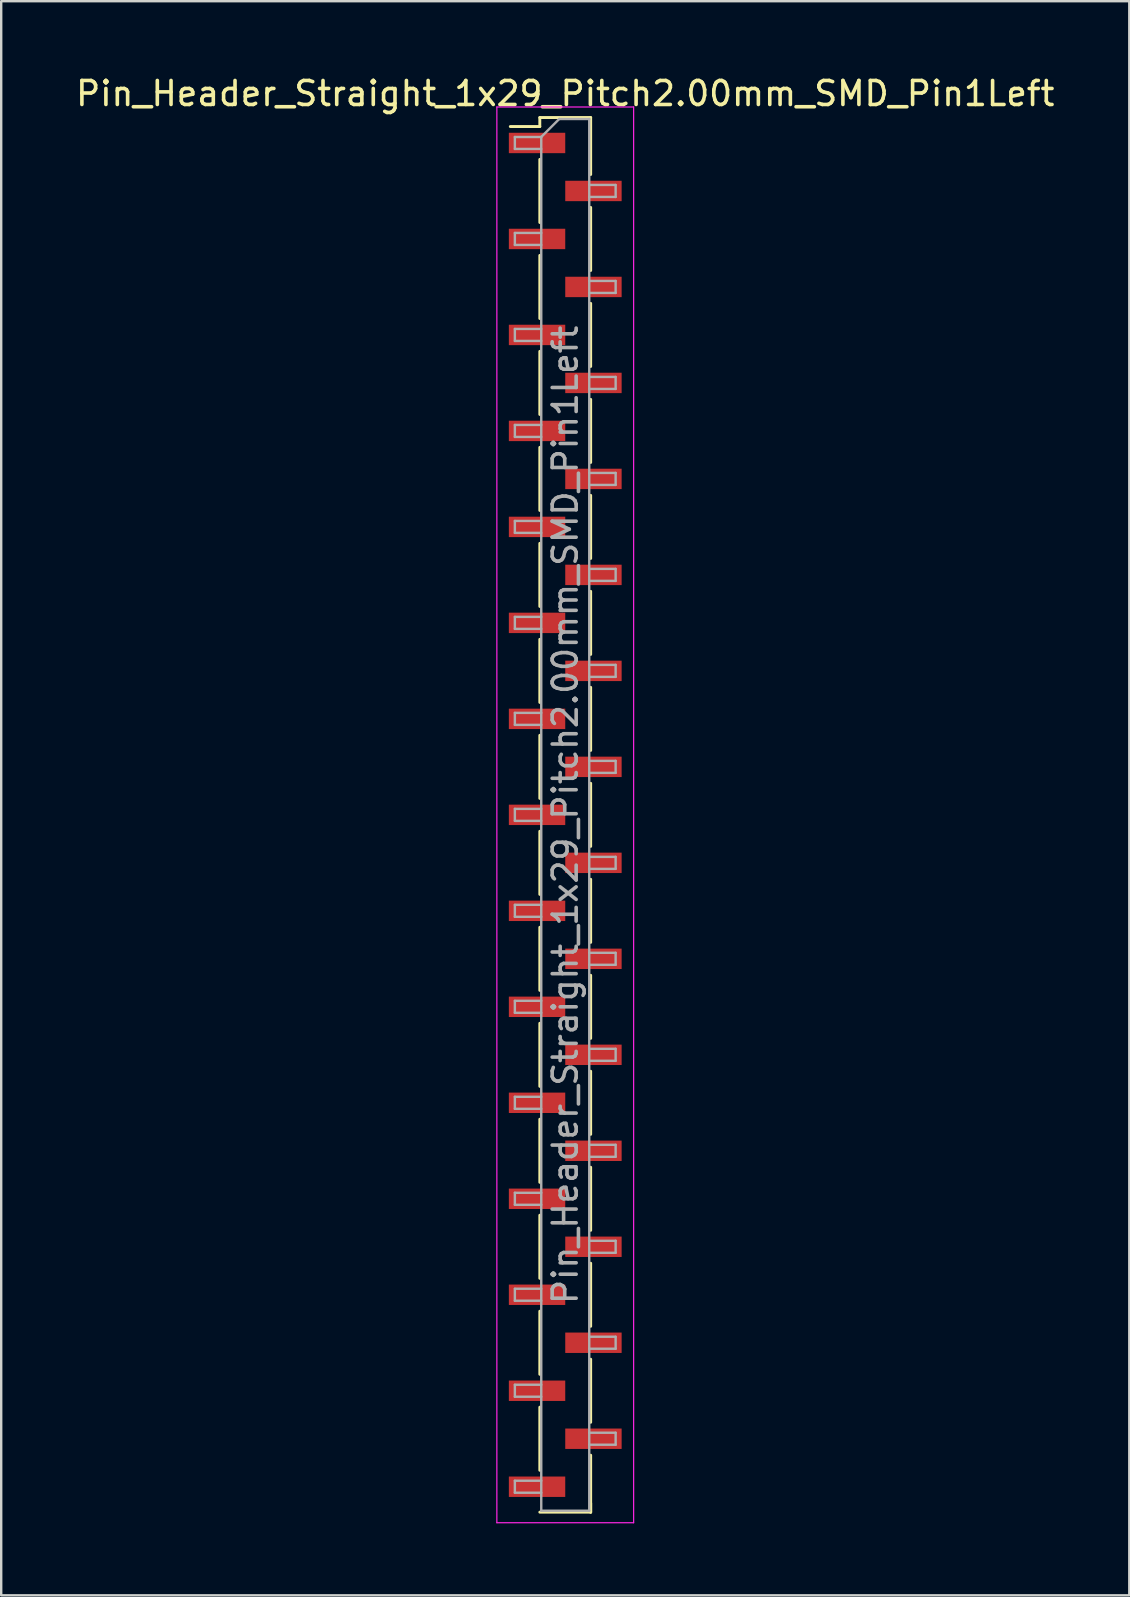
<source format=kicad_pcb>
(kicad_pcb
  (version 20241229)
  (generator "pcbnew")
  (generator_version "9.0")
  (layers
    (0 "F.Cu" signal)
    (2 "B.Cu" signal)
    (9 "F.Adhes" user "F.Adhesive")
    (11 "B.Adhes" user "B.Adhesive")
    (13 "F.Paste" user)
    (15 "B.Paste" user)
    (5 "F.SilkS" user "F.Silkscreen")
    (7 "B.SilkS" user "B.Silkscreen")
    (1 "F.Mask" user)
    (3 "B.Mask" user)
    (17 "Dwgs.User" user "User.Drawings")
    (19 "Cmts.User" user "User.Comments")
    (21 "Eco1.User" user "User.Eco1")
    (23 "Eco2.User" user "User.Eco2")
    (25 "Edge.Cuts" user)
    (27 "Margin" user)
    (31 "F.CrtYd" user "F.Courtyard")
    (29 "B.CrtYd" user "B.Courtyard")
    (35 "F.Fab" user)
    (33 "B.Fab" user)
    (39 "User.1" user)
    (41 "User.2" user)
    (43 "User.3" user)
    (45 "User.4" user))
  (footprint "Pin_Header_Straight_1x29_Pitch2.00mm_SMD_Pin1Left"
    (layer "F.Cu")
    (at 20.506 30.908)
    (property "Reference" "Pin_Header_Straight_1x29_Pitch2.00mm_SMD_Pin1Left" (at 0 -30.06 0) (layer "F.SilkS") (effects (font (size 1 1) (thickness 0.15))))
    (attr smd)
    (fp_line (start -1.06 -29.06) (end -1.06 -28.685) (stroke (width 0.12) (type solid)) (layer "F.SilkS"))
    (fp_line (start -1.06 -29.06) (end 1.06 -29.06) (stroke (width 0.12) (type solid)) (layer "F.SilkS"))
    (fp_line (start -1.06 -28.685) (end -2.29 -28.685) (stroke (width 0.12) (type solid)) (layer "F.SilkS"))
    (fp_line (start -1.06 -27.315) (end -1.06 -24.685) (stroke (width 0.12) (type solid)) (layer "F.SilkS"))
    (fp_line (start -1.06 -23.315) (end -1.06 -20.685) (stroke (width 0.12) (type solid)) (layer "F.SilkS"))
    (fp_line (start -1.06 -19.315) (end -1.06 -16.685) (stroke (width 0.12) (type solid)) (layer "F.SilkS"))
    (fp_line (start -1.06 -15.315) (end -1.06 -12.685) (stroke (width 0.12) (type solid)) (layer "F.SilkS"))
    (fp_line (start -1.06 -11.315) (end -1.06 -8.685) (stroke (width 0.12) (type solid)) (layer "F.SilkS"))
    (fp_line (start -1.06 -7.315) (end -1.06 -4.685) (stroke (width 0.12) (type solid)) (layer "F.SilkS"))
    (fp_line (start -1.06 -3.315) (end -1.06 -0.685) (stroke (width 0.12) (type solid)) (layer "F.SilkS"))
    (fp_line (start -1.06 0.685) (end -1.06 3.315) (stroke (width 0.12) (type solid)) (layer "F.SilkS"))
    (fp_line (start -1.06 4.685) (end -1.06 7.315) (stroke (width 0.12) (type solid)) (layer "F.SilkS"))
    (fp_line (start -1.06 8.685) (end -1.06 11.315) (stroke (width 0.12) (type solid)) (layer "F.SilkS"))
    (fp_line (start -1.06 12.685) (end -1.06 15.315) (stroke (width 0.12) (type solid)) (layer "F.SilkS"))
    (fp_line (start -1.06 16.685) (end -1.06 19.315) (stroke (width 0.12) (type solid)) (layer "F.SilkS"))
    (fp_line (start -1.06 20.685) (end -1.06 23.315) (stroke (width 0.12) (type solid)) (layer "F.SilkS"))
    (fp_line (start -1.06 24.685) (end -1.06 27.315) (stroke (width 0.12) (type solid)) (layer "F.SilkS"))
    (fp_line (start -1.06 29.06) (end 1.06 29.06) (stroke (width 0.12) (type solid)) (layer "F.SilkS"))
    (fp_line (start 1.06 -29.06) (end 1.06 -26.685) (stroke (width 0.12) (type solid)) (layer "F.SilkS"))
    (fp_line (start 1.06 -25.315) (end 1.06 -22.685) (stroke (width 0.12) (type solid)) (layer "F.SilkS"))
    (fp_line (start 1.06 -21.315) (end 1.06 -18.685) (stroke (width 0.12) (type solid)) (layer "F.SilkS"))
    (fp_line (start 1.06 -17.315) (end 1.06 -14.685) (stroke (width 0.12) (type solid)) (layer "F.SilkS"))
    (fp_line (start 1.06 -13.315) (end 1.06 -10.685) (stroke (width 0.12) (type solid)) (layer "F.SilkS"))
    (fp_line (start 1.06 -9.315) (end 1.06 -6.685) (stroke (width 0.12) (type solid)) (layer "F.SilkS"))
    (fp_line (start 1.06 -5.315) (end 1.06 -2.685) (stroke (width 0.12) (type solid)) (layer "F.SilkS"))
    (fp_line (start 1.06 -1.315) (end 1.06 1.315) (stroke (width 0.12) (type solid)) (layer "F.SilkS"))
    (fp_line (start 1.06 2.685) (end 1.06 5.315) (stroke (width 0.12) (type solid)) (layer "F.SilkS"))
    (fp_line (start 1.06 6.685) (end 1.06 9.315) (stroke (width 0.12) (type solid)) (layer "F.SilkS"))
    (fp_line (start 1.06 10.685) (end 1.06 13.315) (stroke (width 0.12) (type solid)) (layer "F.SilkS"))
    (fp_line (start 1.06 14.685) (end 1.06 17.315) (stroke (width 0.12) (type solid)) (layer "F.SilkS"))
    (fp_line (start 1.06 18.685) (end 1.06 21.315) (stroke (width 0.12) (type solid)) (layer "F.SilkS"))
    (fp_line (start 1.06 22.685) (end 1.06 25.315) (stroke (width 0.12) (type solid)) (layer "F.SilkS"))
    (fp_line (start 1.06 26.685) (end 1.06 29.06) (stroke (width 0.12) (type solid)) (layer "F.SilkS"))
    (fp_line (start 1.06 28.685) (end 1.06 29.06) (stroke (width 0.12) (type solid)) (layer "F.SilkS"))
    (fp_line (start -2.85 -29.5) (end -2.85 29.5) (stroke (width 0.05) (type solid)) (layer "F.CrtYd"))
    (fp_line (start -2.85 29.5) (end 2.85 29.5) (stroke (width 0.05) (type solid)) (layer "F.CrtYd"))
    (fp_line (start 2.85 -29.5) (end -2.85 -29.5) (stroke (width 0.05) (type solid)) (layer "F.CrtYd"))
    (fp_line (start 2.85 29.5) (end 2.85 -29.5) (stroke (width 0.05) (type solid)) (layer "F.CrtYd"))
    (fp_line (start -2.1 -28.25) (end -2.1 -27.75) (stroke (width 0.1) (type solid)) (layer "F.Fab"))
    (fp_line (start -2.1 -27.75) (end -1 -27.75) (stroke (width 0.1) (type solid)) (layer "F.Fab"))
    (fp_line (start -2.1 -24.25) (end -2.1 -23.75) (stroke (width 0.1) (type solid)) (layer "F.Fab"))
    (fp_line (start -2.1 -23.75) (end -1 -23.75) (stroke (width 0.1) (type solid)) (layer "F.Fab"))
    (fp_line (start -2.1 -20.25) (end -2.1 -19.75) (stroke (width 0.1) (type solid)) (layer "F.Fab"))
    (fp_line (start -2.1 -19.75) (end -1 -19.75) (stroke (width 0.1) (type solid)) (layer "F.Fab"))
    (fp_line (start -2.1 -16.25) (end -2.1 -15.75) (stroke (width 0.1) (type solid)) (layer "F.Fab"))
    (fp_line (start -2.1 -15.75) (end -1 -15.75) (stroke (width 0.1) (type solid)) (layer "F.Fab"))
    (fp_line (start -2.1 -12.25) (end -2.1 -11.75) (stroke (width 0.1) (type solid)) (layer "F.Fab"))
    (fp_line (start -2.1 -11.75) (end -1 -11.75) (stroke (width 0.1) (type solid)) (layer "F.Fab"))
    (fp_line (start -2.1 -8.25) (end -2.1 -7.75) (stroke (width 0.1) (type solid)) (layer "F.Fab"))
    (fp_line (start -2.1 -7.75) (end -1 -7.75) (stroke (width 0.1) (type solid)) (layer "F.Fab"))
    (fp_line (start -2.1 -4.25) (end -2.1 -3.75) (stroke (width 0.1) (type solid)) (layer "F.Fab"))
    (fp_line (start -2.1 -3.75) (end -1 -3.75) (stroke (width 0.1) (type solid)) (layer "F.Fab"))
    (fp_line (start -2.1 -0.25) (end -2.1 0.25) (stroke (width 0.1) (type solid)) (layer "F.Fab"))
    (fp_line (start -2.1 0.25) (end -1 0.25) (stroke (width 0.1) (type solid)) (layer "F.Fab"))
    (fp_line (start -2.1 3.75) (end -2.1 4.25) (stroke (width 0.1) (type solid)) (layer "F.Fab"))
    (fp_line (start -2.1 4.25) (end -1 4.25) (stroke (width 0.1) (type solid)) (layer "F.Fab"))
    (fp_line (start -2.1 7.75) (end -2.1 8.25) (stroke (width 0.1) (type solid)) (layer "F.Fab"))
    (fp_line (start -2.1 8.25) (end -1 8.25) (stroke (width 0.1) (type solid)) (layer "F.Fab"))
    (fp_line (start -2.1 11.75) (end -2.1 12.25) (stroke (width 0.1) (type solid)) (layer "F.Fab"))
    (fp_line (start -2.1 12.25) (end -1 12.25) (stroke (width 0.1) (type solid)) (layer "F.Fab"))
    (fp_line (start -2.1 15.75) (end -2.1 16.25) (stroke (width 0.1) (type solid)) (layer "F.Fab"))
    (fp_line (start -2.1 16.25) (end -1 16.25) (stroke (width 0.1) (type solid)) (layer "F.Fab"))
    (fp_line (start -2.1 19.75) (end -2.1 20.25) (stroke (width 0.1) (type solid)) (layer "F.Fab"))
    (fp_line (start -2.1 20.25) (end -1 20.25) (stroke (width 0.1) (type solid)) (layer "F.Fab"))
    (fp_line (start -2.1 23.75) (end -2.1 24.25) (stroke (width 0.1) (type solid)) (layer "F.Fab"))
    (fp_line (start -2.1 24.25) (end -1 24.25) (stroke (width 0.1) (type solid)) (layer "F.Fab"))
    (fp_line (start -2.1 27.75) (end -2.1 28.25) (stroke (width 0.1) (type solid)) (layer "F.Fab"))
    (fp_line (start -2.1 28.25) (end -1 28.25) (stroke (width 0.1) (type solid)) (layer "F.Fab"))
    (fp_line (start -1 -28.25) (end -2.1 -28.25) (stroke (width 0.1) (type solid)) (layer "F.Fab"))
    (fp_line (start -1 -28.25) (end -0.25 -29) (stroke (width 0.1) (type solid)) (layer "F.Fab"))
    (fp_line (start -1 -24.25) (end -2.1 -24.25) (stroke (width 0.1) (type solid)) (layer "F.Fab"))
    (fp_line (start -1 -20.25) (end -2.1 -20.25) (stroke (width 0.1) (type solid)) (layer "F.Fab"))
    (fp_line (start -1 -16.25) (end -2.1 -16.25) (stroke (width 0.1) (type solid)) (layer "F.Fab"))
    (fp_line (start -1 -12.25) (end -2.1 -12.25) (stroke (width 0.1) (type solid)) (layer "F.Fab"))
    (fp_line (start -1 -8.25) (end -2.1 -8.25) (stroke (width 0.1) (type solid)) (layer "F.Fab"))
    (fp_line (start -1 -4.25) (end -2.1 -4.25) (stroke (width 0.1) (type solid)) (layer "F.Fab"))
    (fp_line (start -1 -0.25) (end -2.1 -0.25) (stroke (width 0.1) (type solid)) (layer "F.Fab"))
    (fp_line (start -1 3.75) (end -2.1 3.75) (stroke (width 0.1) (type solid)) (layer "F.Fab"))
    (fp_line (start -1 7.75) (end -2.1 7.75) (stroke (width 0.1) (type solid)) (layer "F.Fab"))
    (fp_line (start -1 11.75) (end -2.1 11.75) (stroke (width 0.1) (type solid)) (layer "F.Fab"))
    (fp_line (start -1 15.75) (end -2.1 15.75) (stroke (width 0.1) (type solid)) (layer "F.Fab"))
    (fp_line (start -1 19.75) (end -2.1 19.75) (stroke (width 0.1) (type solid)) (layer "F.Fab"))
    (fp_line (start -1 23.75) (end -2.1 23.75) (stroke (width 0.1) (type solid)) (layer "F.Fab"))
    (fp_line (start -1 27.75) (end -2.1 27.75) (stroke (width 0.1) (type solid)) (layer "F.Fab"))
    (fp_line (start -1 29) (end -1 -28.25) (stroke (width 0.1) (type solid)) (layer "F.Fab"))
    (fp_line (start -0.25 -29) (end 1 -29) (stroke (width 0.1) (type solid)) (layer "F.Fab"))
    (fp_line (start 1 -29) (end 1 29) (stroke (width 0.1) (type solid)) (layer "F.Fab"))
    (fp_line (start 1 -26.25) (end 2.1 -26.25) (stroke (width 0.1) (type solid)) (layer "F.Fab"))
    (fp_line (start 1 -22.25) (end 2.1 -22.25) (stroke (width 0.1) (type solid)) (layer "F.Fab"))
    (fp_line (start 1 -18.25) (end 2.1 -18.25) (stroke (width 0.1) (type solid)) (layer "F.Fab"))
    (fp_line (start 1 -14.25) (end 2.1 -14.25) (stroke (width 0.1) (type solid)) (layer "F.Fab"))
    (fp_line (start 1 -10.25) (end 2.1 -10.25) (stroke (width 0.1) (type solid)) (layer "F.Fab"))
    (fp_line (start 1 -6.25) (end 2.1 -6.25) (stroke (width 0.1) (type solid)) (layer "F.Fab"))
    (fp_line (start 1 -2.25) (end 2.1 -2.25) (stroke (width 0.1) (type solid)) (layer "F.Fab"))
    (fp_line (start 1 1.75) (end 2.1 1.75) (stroke (width 0.1) (type solid)) (layer "F.Fab"))
    (fp_line (start 1 5.75) (end 2.1 5.75) (stroke (width 0.1) (type solid)) (layer "F.Fab"))
    (fp_line (start 1 9.75) (end 2.1 9.75) (stroke (width 0.1) (type solid)) (layer "F.Fab"))
    (fp_line (start 1 13.75) (end 2.1 13.75) (stroke (width 0.1) (type solid)) (layer "F.Fab"))
    (fp_line (start 1 17.75) (end 2.1 17.75) (stroke (width 0.1) (type solid)) (layer "F.Fab"))
    (fp_line (start 1 21.75) (end 2.1 21.75) (stroke (width 0.1) (type solid)) (layer "F.Fab"))
    (fp_line (start 1 25.75) (end 2.1 25.75) (stroke (width 0.1) (type solid)) (layer "F.Fab"))
    (fp_line (start 1 29) (end -1 29) (stroke (width 0.1) (type solid)) (layer "F.Fab"))
    (fp_line (start 2.1 -26.25) (end 2.1 -25.75) (stroke (width 0.1) (type solid)) (layer "F.Fab"))
    (fp_line (start 2.1 -25.75) (end 1 -25.75) (stroke (width 0.1) (type solid)) (layer "F.Fab"))
    (fp_line (start 2.1 -22.25) (end 2.1 -21.75) (stroke (width 0.1) (type solid)) (layer "F.Fab"))
    (fp_line (start 2.1 -21.75) (end 1 -21.75) (stroke (width 0.1) (type solid)) (layer "F.Fab"))
    (fp_line (start 2.1 -18.25) (end 2.1 -17.75) (stroke (width 0.1) (type solid)) (layer "F.Fab"))
    (fp_line (start 2.1 -17.75) (end 1 -17.75) (stroke (width 0.1) (type solid)) (layer "F.Fab"))
    (fp_line (start 2.1 -14.25) (end 2.1 -13.75) (stroke (width 0.1) (type solid)) (layer "F.Fab"))
    (fp_line (start 2.1 -13.75) (end 1 -13.75) (stroke (width 0.1) (type solid)) (layer "F.Fab"))
    (fp_line (start 2.1 -10.25) (end 2.1 -9.75) (stroke (width 0.1) (type solid)) (layer "F.Fab"))
    (fp_line (start 2.1 -9.75) (end 1 -9.75) (stroke (width 0.1) (type solid)) (layer "F.Fab"))
    (fp_line (start 2.1 -6.25) (end 2.1 -5.75) (stroke (width 0.1) (type solid)) (layer "F.Fab"))
    (fp_line (start 2.1 -5.75) (end 1 -5.75) (stroke (width 0.1) (type solid)) (layer "F.Fab"))
    (fp_line (start 2.1 -2.25) (end 2.1 -1.75) (stroke (width 0.1) (type solid)) (layer "F.Fab"))
    (fp_line (start 2.1 -1.75) (end 1 -1.75) (stroke (width 0.1) (type solid)) (layer "F.Fab"))
    (fp_line (start 2.1 1.75) (end 2.1 2.25) (stroke (width 0.1) (type solid)) (layer "F.Fab"))
    (fp_line (start 2.1 2.25) (end 1 2.25) (stroke (width 0.1) (type solid)) (layer "F.Fab"))
    (fp_line (start 2.1 5.75) (end 2.1 6.25) (stroke (width 0.1) (type solid)) (layer "F.Fab"))
    (fp_line (start 2.1 6.25) (end 1 6.25) (stroke (width 0.1) (type solid)) (layer "F.Fab"))
    (fp_line (start 2.1 9.75) (end 2.1 10.25) (stroke (width 0.1) (type solid)) (layer "F.Fab"))
    (fp_line (start 2.1 10.25) (end 1 10.25) (stroke (width 0.1) (type solid)) (layer "F.Fab"))
    (fp_line (start 2.1 13.75) (end 2.1 14.25) (stroke (width 0.1) (type solid)) (layer "F.Fab"))
    (fp_line (start 2.1 14.25) (end 1 14.25) (stroke (width 0.1) (type solid)) (layer "F.Fab"))
    (fp_line (start 2.1 17.75) (end 2.1 18.25) (stroke (width 0.1) (type solid)) (layer "F.Fab"))
    (fp_line (start 2.1 18.25) (end 1 18.25) (stroke (width 0.1) (type solid)) (layer "F.Fab"))
    (fp_line (start 2.1 21.75) (end 2.1 22.25) (stroke (width 0.1) (type solid)) (layer "F.Fab"))
    (fp_line (start 2.1 22.25) (end 1 22.25) (stroke (width 0.1) (type solid)) (layer "F.Fab"))
    (fp_line (start 2.1 25.75) (end 2.1 26.25) (stroke (width 0.1) (type solid)) (layer "F.Fab"))
    (fp_line (start 2.1 26.25) (end 1 26.25) (stroke (width 0.1) (type solid)) (layer "F.Fab"))
    (fp_text user "${REFERENCE}" (at 0 0 90) (layer "F.Fab") (effects (font (size 1 1) (thickness 0.15))))
    (pad "1" smd rect (at -1.175 -28) (size 2.35 0.85) (layers "F.Cu" "F.Mask" "F.Paste"))
    (pad "2" smd rect (at 1.175 -26) (size 2.35 0.85) (layers "F.Cu" "F.Mask" "F.Paste"))
    (pad "3" smd rect (at -1.175 -24) (size 2.35 0.85) (layers "F.Cu" "F.Mask" "F.Paste"))
    (pad "4" smd rect (at 1.175 -22) (size 2.35 0.85) (layers "F.Cu" "F.Mask" "F.Paste"))
    (pad "5" smd rect (at -1.175 -20) (size 2.35 0.85) (layers "F.Cu" "F.Mask" "F.Paste"))
    (pad "6" smd rect (at 1.175 -18) (size 2.35 0.85) (layers "F.Cu" "F.Mask" "F.Paste"))
    (pad "7" smd rect (at -1.175 -16) (size 2.35 0.85) (layers "F.Cu" "F.Mask" "F.Paste"))
    (pad "8" smd rect (at 1.175 -14) (size 2.35 0.85) (layers "F.Cu" "F.Mask" "F.Paste"))
    (pad "9" smd rect (at -1.175 -12) (size 2.35 0.85) (layers "F.Cu" "F.Mask" "F.Paste"))
    (pad "10" smd rect (at 1.175 -10) (size 2.35 0.85) (layers "F.Cu" "F.Mask" "F.Paste"))
    (pad "11" smd rect (at -1.175 -8) (size 2.35 0.85) (layers "F.Cu" "F.Mask" "F.Paste"))
    (pad "12" smd rect (at 1.175 -6) (size 2.35 0.85) (layers "F.Cu" "F.Mask" "F.Paste"))
    (pad "13" smd rect (at -1.175 -4) (size 2.35 0.85) (layers "F.Cu" "F.Mask" "F.Paste"))
    (pad "14" smd rect (at 1.175 -2) (size 2.35 0.85) (layers "F.Cu" "F.Mask" "F.Paste"))
    (pad "15" smd rect (at -1.175 0) (size 2.35 0.85) (layers "F.Cu" "F.Mask" "F.Paste"))
    (pad "16" smd rect (at 1.175 2) (size 2.35 0.85) (layers "F.Cu" "F.Mask" "F.Paste"))
    (pad "17" smd rect (at -1.175 4) (size 2.35 0.85) (layers "F.Cu" "F.Mask" "F.Paste"))
    (pad "18" smd rect (at 1.175 6) (size 2.35 0.85) (layers "F.Cu" "F.Mask" "F.Paste"))
    (pad "19" smd rect (at -1.175 8) (size 2.35 0.85) (layers "F.Cu" "F.Mask" "F.Paste"))
    (pad "20" smd rect (at 1.175 10) (size 2.35 0.85) (layers "F.Cu" "F.Mask" "F.Paste"))
    (pad "21" smd rect (at -1.175 12) (size 2.35 0.85) (layers "F.Cu" "F.Mask" "F.Paste"))
    (pad "22" smd rect (at 1.175 14) (size 2.35 0.85) (layers "F.Cu" "F.Mask" "F.Paste"))
    (pad "23" smd rect (at -1.175 16) (size 2.35 0.85) (layers "F.Cu" "F.Mask" "F.Paste"))
    (pad "24" smd rect (at 1.175 18) (size 2.35 0.85) (layers "F.Cu" "F.Mask" "F.Paste"))
    (pad "25" smd rect (at -1.175 20) (size 2.35 0.85) (layers "F.Cu" "F.Mask" "F.Paste"))
    (pad "26" smd rect (at 1.175 22) (size 2.35 0.85) (layers "F.Cu" "F.Mask" "F.Paste"))
    (pad "27" smd rect (at -1.175 24) (size 2.35 0.85) (layers "F.Cu" "F.Mask" "F.Paste"))
    (pad "28" smd rect (at 1.175 26) (size 2.35 0.85) (layers "F.Cu" "F.Mask" "F.Paste"))
    (pad "29" smd rect (at -1.175 28) (size 2.35 0.85) (layers "F.Cu" "F.Mask" "F.Paste")))
  (gr_rect
    (start -3 -3)
    (end 44.012 63.433)
    (stroke (width 0.1) (type default))
    (fill no)
    (layer "Edge.Cuts")))
</source>
